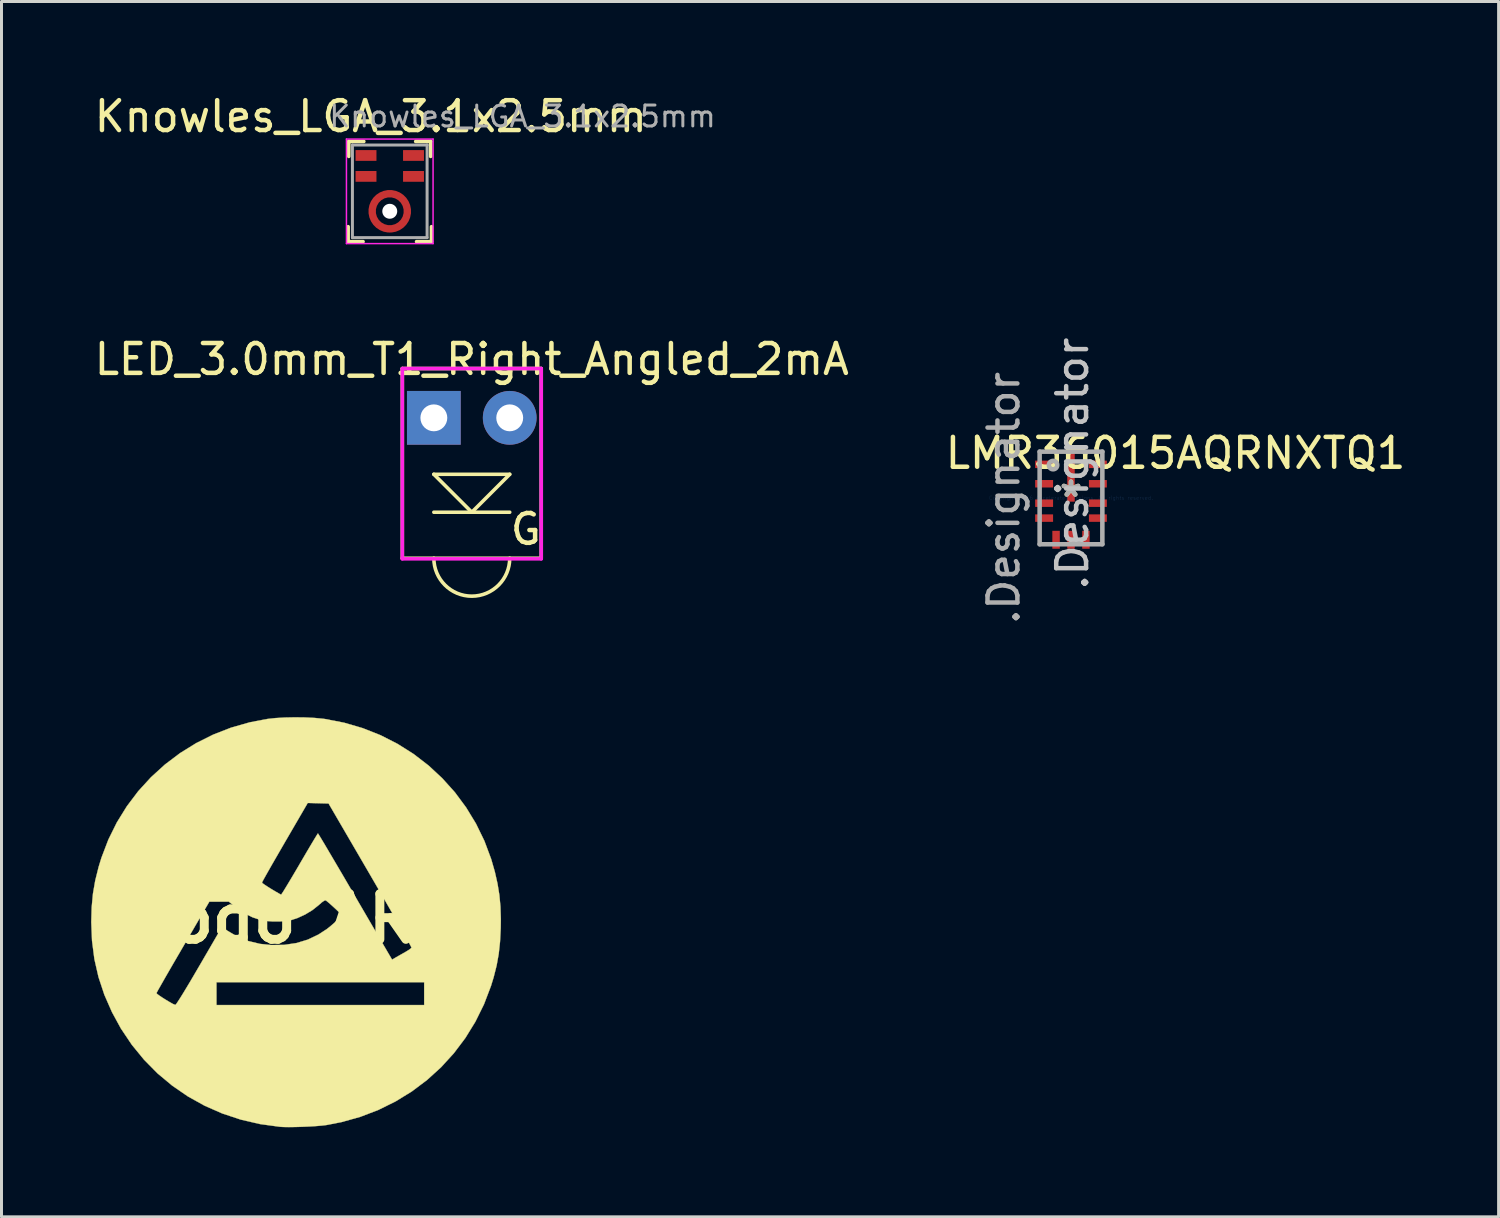
<source format=kicad_pcb>
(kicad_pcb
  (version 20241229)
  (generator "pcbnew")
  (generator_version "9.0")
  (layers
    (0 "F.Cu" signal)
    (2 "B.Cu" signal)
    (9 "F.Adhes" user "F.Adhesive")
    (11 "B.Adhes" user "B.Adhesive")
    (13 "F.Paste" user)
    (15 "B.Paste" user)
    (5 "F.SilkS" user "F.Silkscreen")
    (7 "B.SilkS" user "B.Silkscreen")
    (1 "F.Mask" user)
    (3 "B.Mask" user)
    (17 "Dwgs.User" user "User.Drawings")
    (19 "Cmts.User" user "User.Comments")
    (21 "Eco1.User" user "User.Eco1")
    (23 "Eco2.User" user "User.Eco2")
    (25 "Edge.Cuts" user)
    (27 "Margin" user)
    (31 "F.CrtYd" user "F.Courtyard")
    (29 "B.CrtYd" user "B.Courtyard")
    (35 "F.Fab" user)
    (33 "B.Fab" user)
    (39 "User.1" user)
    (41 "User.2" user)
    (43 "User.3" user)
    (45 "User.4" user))
  (footprint "LMR36015AQRNXTQ1"
    (layer "F.Cu")
    (at 32.804 13.62)
    (property "Reference" "LMR36015AQRNXTQ1" (at 3.5 -1.5 0) (layer "F.SilkS") (effects (font (size 1 1) (thickness 0.15))))
    (attr smd)
    (fp_line (start -0.125 -1.651) (end -0.124 -1.661) (stroke (width 0.152) (type solid)) (layer "F.Paste"))
    (fp_line (start -0.125 -0.939) (end -0.125 -1.651) (stroke (width 0.152) (type solid)) (layer "F.Paste"))
    (fp_line (start -0.125 -0.636) (end -0.124 -0.646) (stroke (width 0.152) (type solid)) (layer "F.Paste"))
    (fp_line (start -0.125 0.076) (end -0.125 -0.636) (stroke (width 0.152) (type solid)) (layer "F.Paste"))
    (fp_line (start -0.124 -1.661) (end -0.121 -1.67) (stroke (width 0.152) (type solid)) (layer "F.Paste"))
    (fp_line (start -0.124 -0.929) (end -0.125 -0.939) (stroke (width 0.152) (type solid)) (layer "F.Paste"))
    (fp_line (start -0.124 -0.646) (end -0.121 -0.655) (stroke (width 0.152) (type solid)) (layer "F.Paste"))
    (fp_line (start -0.124 0.086) (end -0.125 0.076) (stroke (width 0.152) (type solid)) (layer "F.Paste"))
    (fp_line (start -0.121 -1.67) (end -0.117 -1.679) (stroke (width 0.152) (type solid)) (layer "F.Paste"))
    (fp_line (start -0.121 -0.92) (end -0.124 -0.929) (stroke (width 0.152) (type solid)) (layer "F.Paste"))
    (fp_line (start -0.121 -0.655) (end -0.117 -0.664) (stroke (width 0.152) (type solid)) (layer "F.Paste"))
    (fp_line (start -0.121 0.095) (end -0.124 0.086) (stroke (width 0.152) (type solid)) (layer "F.Paste"))
    (fp_line (start -0.117 -1.679) (end -0.11 -1.686) (stroke (width 0.152) (type solid)) (layer "F.Paste"))
    (fp_line (start -0.117 -0.911) (end -0.121 -0.92) (stroke (width 0.152) (type solid)) (layer "F.Paste"))
    (fp_line (start -0.117 -0.664) (end -0.11 -0.671) (stroke (width 0.152) (type solid)) (layer "F.Paste"))
    (fp_line (start -0.117 0.104) (end -0.121 0.095) (stroke (width 0.152) (type solid)) (layer "F.Paste"))
    (fp_line (start -0.11 -1.686) (end -0.103 -1.693) (stroke (width 0.152) (type solid)) (layer "F.Paste"))
    (fp_line (start -0.11 -0.904) (end -0.117 -0.911) (stroke (width 0.152) (type solid)) (layer "F.Paste"))
    (fp_line (start -0.11 -0.671) (end -0.103 -0.678) (stroke (width 0.152) (type solid)) (layer "F.Paste"))
    (fp_line (start -0.11 0.111) (end -0.117 0.104) (stroke (width 0.152) (type solid)) (layer "F.Paste"))
    (fp_line (start -0.103 -1.693) (end -0.094 -1.697) (stroke (width 0.152) (type solid)) (layer "F.Paste"))
    (fp_line (start -0.103 -0.897) (end -0.11 -0.904) (stroke (width 0.152) (type solid)) (layer "F.Paste"))
    (fp_line (start -0.103 -0.678) (end -0.094 -0.682) (stroke (width 0.152) (type solid)) (layer "F.Paste"))
    (fp_line (start -0.103 0.118) (end -0.11 0.111) (stroke (width 0.152) (type solid)) (layer "F.Paste"))
    (fp_line (start -0.094 -1.697) (end -0.085 -1.7) (stroke (width 0.152) (type solid)) (layer "F.Paste"))
    (fp_line (start -0.094 -0.893) (end -0.103 -0.897) (stroke (width 0.152) (type solid)) (layer "F.Paste"))
    (fp_line (start -0.094 -0.682) (end -0.085 -0.685) (stroke (width 0.152) (type solid)) (layer "F.Paste"))
    (fp_line (start -0.094 0.122) (end -0.103 0.118) (stroke (width 0.152) (type solid)) (layer "F.Paste"))
    (fp_line (start -0.085 -1.7) (end -0.075 -1.701) (stroke (width 0.152) (type solid)) (layer "F.Paste"))
    (fp_line (start -0.085 -0.89) (end -0.094 -0.893) (stroke (width 0.152) (type solid)) (layer "F.Paste"))
    (fp_line (start -0.085 -0.685) (end -0.075 -0.686) (stroke (width 0.152) (type solid)) (layer "F.Paste"))
    (fp_line (start -0.085 0.125) (end -0.094 0.122) (stroke (width 0.152) (type solid)) (layer "F.Paste"))
    (fp_line (start -0.075 -1.701) (end 0.075 -1.701) (stroke (width 0.152) (type solid)) (layer "F.Paste"))
    (fp_line (start -0.075 -0.889) (end -0.085 -0.89) (stroke (width 0.152) (type solid)) (layer "F.Paste"))
    (fp_line (start -0.075 -0.686) (end 0.075 -0.686) (stroke (width 0.152) (type solid)) (layer "F.Paste"))
    (fp_line (start -0.075 0.126) (end -0.085 0.125) (stroke (width 0.152) (type solid)) (layer "F.Paste"))
    (fp_line (start 0.075 -1.701) (end 0.085 -1.7) (stroke (width 0.152) (type solid)) (layer "F.Paste"))
    (fp_line (start 0.075 -0.889) (end -0.075 -0.889) (stroke (width 0.152) (type solid)) (layer "F.Paste"))
    (fp_line (start 0.075 -0.686) (end 0.085 -0.685) (stroke (width 0.152) (type solid)) (layer "F.Paste"))
    (fp_line (start 0.075 0.126) (end -0.075 0.126) (stroke (width 0.152) (type solid)) (layer "F.Paste"))
    (fp_line (start 0.085 -1.7) (end 0.094 -1.697) (stroke (width 0.152) (type solid)) (layer "F.Paste"))
    (fp_line (start 0.085 -0.89) (end 0.075 -0.889) (stroke (width 0.152) (type solid)) (layer "F.Paste"))
    (fp_line (start 0.085 -0.685) (end 0.094 -0.682) (stroke (width 0.152) (type solid)) (layer "F.Paste"))
    (fp_line (start 0.085 0.125) (end 0.075 0.126) (stroke (width 0.152) (type solid)) (layer "F.Paste"))
    (fp_line (start 0.094 -1.697) (end 0.103 -1.693) (stroke (width 0.152) (type solid)) (layer "F.Paste"))
    (fp_line (start 0.094 -0.893) (end 0.085 -0.89) (stroke (width 0.152) (type solid)) (layer "F.Paste"))
    (fp_line (start 0.094 -0.682) (end 0.103 -0.678) (stroke (width 0.152) (type solid)) (layer "F.Paste"))
    (fp_line (start 0.094 0.122) (end 0.085 0.125) (stroke (width 0.152) (type solid)) (layer "F.Paste"))
    (fp_line (start 0.103 -1.693) (end 0.11 -1.686) (stroke (width 0.152) (type solid)) (layer "F.Paste"))
    (fp_line (start 0.103 -0.897) (end 0.094 -0.893) (stroke (width 0.152) (type solid)) (layer "F.Paste"))
    (fp_line (start 0.103 -0.678) (end 0.11 -0.671) (stroke (width 0.152) (type solid)) (layer "F.Paste"))
    (fp_line (start 0.103 0.118) (end 0.094 0.122) (stroke (width 0.152) (type solid)) (layer "F.Paste"))
    (fp_line (start 0.11 -1.686) (end 0.117 -1.679) (stroke (width 0.152) (type solid)) (layer "F.Paste"))
    (fp_line (start 0.11 -0.904) (end 0.103 -0.897) (stroke (width 0.152) (type solid)) (layer "F.Paste"))
    (fp_line (start 0.11 -0.671) (end 0.117 -0.664) (stroke (width 0.152) (type solid)) (layer "F.Paste"))
    (fp_line (start 0.11 0.111) (end 0.103 0.118) (stroke (width 0.152) (type solid)) (layer "F.Paste"))
    (fp_line (start 0.117 -1.679) (end 0.121 -1.67) (stroke (width 0.152) (type solid)) (layer "F.Paste"))
    (fp_line (start 0.117 -0.911) (end 0.11 -0.904) (stroke (width 0.152) (type solid)) (layer "F.Paste"))
    (fp_line (start 0.117 -0.664) (end 0.121 -0.655) (stroke (width 0.152) (type solid)) (layer "F.Paste"))
    (fp_line (start 0.117 0.104) (end 0.11 0.111) (stroke (width 0.152) (type solid)) (layer "F.Paste"))
    (fp_line (start 0.121 -1.67) (end 0.124 -1.661) (stroke (width 0.152) (type solid)) (layer "F.Paste"))
    (fp_line (start 0.121 -0.92) (end 0.117 -0.911) (stroke (width 0.152) (type solid)) (layer "F.Paste"))
    (fp_line (start 0.121 -0.655) (end 0.124 -0.646) (stroke (width 0.152) (type solid)) (layer "F.Paste"))
    (fp_line (start 0.121 0.095) (end 0.117 0.104) (stroke (width 0.152) (type solid)) (layer "F.Paste"))
    (fp_line (start 0.124 -1.661) (end 0.125 -1.651) (stroke (width 0.152) (type solid)) (layer "F.Paste"))
    (fp_line (start 0.124 -0.929) (end 0.121 -0.92) (stroke (width 0.152) (type solid)) (layer "F.Paste"))
    (fp_line (start 0.124 -0.646) (end 0.125 -0.636) (stroke (width 0.152) (type solid)) (layer "F.Paste"))
    (fp_line (start 0.124 0.086) (end 0.121 0.095) (stroke (width 0.152) (type solid)) (layer "F.Paste"))
    (fp_line (start 0.125 -1.651) (end 0.125 -0.939) (stroke (width 0.152) (type solid)) (layer "F.Paste"))
    (fp_line (start 0.125 -0.939) (end 0.124 -0.929) (stroke (width 0.152) (type solid)) (layer "F.Paste"))
    (fp_line (start 0.125 -0.636) (end 0.125 0.076) (stroke (width 0.152) (type solid)) (layer "F.Paste"))
    (fp_line (start 0.125 0.076) (end 0.124 0.086) (stroke (width 0.152) (type solid)) (layer "F.Paste"))
    (fp_line (start -1.05 -1.55) (end 1.05 -1.55) (stroke (width 0.152) (type solid)) (layer "F.Fab"))
    (fp_line (start -1.05 1.55) (end -1.05 -1.55) (stroke (width 0.152) (type solid)) (layer "F.Fab"))
    (fp_line (start -1.05 1.55) (end 1.05 1.55) (stroke (width 0.152) (type solid)) (layer "F.Fab"))
    (fp_line (start 1.05 1.55) (end 1.05 -1.55) (stroke (width 0.152) (type solid)) (layer "F.Fab"))
    (fp_circle (center -0.6 -1.1) (end -0.459 -1.1) (stroke (width 0.152) (type solid)) (fill no) (layer "F.Fab"))
    (fp_text user "*" (at 0 0 0) (layer "F.SilkS") (effects (font (size 1 1) (thickness 0.15))))
    (fp_text user ".Designator" (at 0.05 -1.15 270) (layer "Dwgs.User") (effects (font (size 1 1) (thickness 0.15))))
    (fp_text user "Copyright 2016 Accelerated Designs. All rights reserved." (at 0 0 0) (layer "Cmts.User") (effects (font (size 0.127 0.127) (thickness 0.002))))
    (fp_text user ".Designator" (at -2.25 0 270) (layer "F.Fab") (effects (font (size 1 1) (thickness 0.15))))
    (fp_text user "*" (at 0 0 0) (layer "F.Fab") (effects (font (size 1 1) (thickness 0.15))))
    (pad "1" smd rect (at -0.9 -1.125) (size 0.6 0.25) (layers "F.Cu" "F.Mask" "F.Paste"))
    (pad "2" smd rect (at -0.9 -0.475) (size 0.6 0.25) (layers "F.Cu" "F.Mask" "F.Paste"))
    (pad "3" smd rect (at -0.9 0.175) (size 0.6 0.25) (layers "F.Cu" "F.Mask" "F.Paste"))
    (pad "4" smd rect (at -0.9 0.675) (size 0.6 0.25) (layers "F.Cu" "F.Mask" "F.Paste"))
    (pad "5" smd rect (at -0.5 1.4 90) (size 0.6 0.25) (layers "F.Cu" "F.Mask" "F.Paste"))
    (pad "6" smd rect (at 0 1.4 90) (size 0.6 0.25) (layers "F.Cu" "F.Mask" "F.Paste"))
    (pad "7" smd rect (at 0.5 1.4 90) (size 0.6 0.25) (layers "F.Cu" "F.Mask" "F.Paste"))
    (pad "8" smd rect (at 0.9 0.675) (size 0.6 0.25) (layers "F.Cu" "F.Mask" "F.Paste"))
    (pad "9" smd rect (at 0.9 0.175) (size 0.6 0.25) (layers "F.Cu" "F.Mask" "F.Paste"))
    (pad "10" smd rect (at 0.9 -0.475) (size 0.6 0.25) (layers "F.Cu" "F.Mask" "F.Paste"))
    (pad "11" smd rect (at 0.9 -1.125) (size 0.6 0.25) (layers "F.Cu" "F.Mask" "F.Paste"))
    (pad "12" smd rect (at 0 -0.788 90) (size 1.825 0.25) (layers "F.Cu" "F.Mask" "F.Paste")))
  (footprint "Logo ARA"
    (layer "F.Cu")
    (at 6.8 27.707)
    (property "Reference" "Logo ARA" (at 0 0 0) (layer "F.SilkS") (effects (font (size 1.524 1.524) (thickness 0.3))))
    (attr through_hole)
    (fp_poly (pts (xy 0.359 -6.739) (xy 0.682 -6.723) (xy 0.968 -6.695) (xy 1.029 -6.687) (xy 1.673 -6.562) (xy 2.295 -6.38) (xy 2.891 -6.144) (xy 3.458 -5.855) (xy 3.994 -5.517) (xy 4.494 -5.132) (xy 4.956 -4.703) (xy 5.378 -4.234) (xy 5.755 -3.725) (xy 6.086 -3.181) (xy 6.367 -2.604) (xy 6.594 -1.997) (xy 6.716 -1.572) (xy 6.806 -1.173) (xy 6.868 -0.79) (xy 6.904 -0.403) (xy 6.917 0.01) (xy 6.913 0.318) (xy 6.89 0.765) (xy 6.846 1.174) (xy 6.776 1.564) (xy 6.677 1.956) (xy 6.587 2.249) (xy 6.353 2.863) (xy 6.065 3.446) (xy 5.728 3.993) (xy 5.344 4.502) (xy 4.916 4.971) (xy 4.446 5.398) (xy 3.938 5.78) (xy 3.395 6.114) (xy 2.819 6.399) (xy 2.213 6.631) (xy 1.581 6.808) (xy 1.079 6.906) (xy 0.929 6.924) (xy 0.733 6.941) (xy 0.508 6.955) (xy 0.27 6.965) (xy 0.035 6.972) (xy -0.181 6.975) (xy -0.364 6.972) (xy -0.476 6.965) (xy -1.143 6.874) (xy -1.787 6.725) (xy -2.406 6.52) (xy -2.997 6.261) (xy -3.558 5.949) (xy -4.085 5.587) (xy -4.576 5.177) (xy -5.027 4.72) (xy -5.437 4.219) (xy -5.802 3.675) (xy -6.101 3.127) (xy -6.357 2.544) (xy -6.374 2.492) (xy -4.612 2.492) (xy -4.587 2.519) (xy -4.52 2.569) (xy -4.424 2.634) (xy -4.313 2.704) (xy -4.199 2.773) (xy -4.097 2.832) (xy -4.018 2.873) (xy -3.98 2.886) (xy -3.956 2.861) (xy -3.904 2.786) (xy -3.828 2.669) (xy -3.732 2.515) (xy -3.62 2.33) (xy -3.498 2.127) (xy -2.603 2.127) (xy -2.603 2.889) (xy 4.35 2.889) (xy 4.35 2.127) (xy -2.603 2.127) (xy -3.498 2.127) (xy -3.495 2.122) (xy -3.372 1.913) (xy -3.23 1.67) (xy -3.09 1.431) (xy -2.958 1.203) (xy -2.838 0.997) (xy -2.736 0.821) (xy -2.657 0.685) (xy -2.619 0.619) (xy -2.546 0.493) (xy -2.486 0.388) (xy -2.444 0.317) (xy -2.427 0.291) (xy -2.398 0.301) (xy -2.333 0.339) (xy -2.271 0.381) (xy -1.912 0.593) (xy -1.54 0.746) (xy -1.146 0.841) (xy -0.77 0.88) (xy -0.332 0.874) (xy 0.074 0.814) (xy 0.454 0.699) (xy 0.812 0.528) (xy 1.095 0.343) (xy 1.2 0.26) (xy 1.31 0.166) (xy 1.415 0.07) (xy 1.504 -0.017) (xy 1.565 -0.085) (xy 1.587 -0.123) (xy 1.566 -0.152) (xy 1.507 -0.211) (xy 1.424 -0.291) (xy 1.328 -0.381) (xy 1.231 -0.469) (xy 1.144 -0.545) (xy 1.078 -0.599) (xy 1.055 -0.616) (xy 1.008 -0.607) (xy 0.925 -0.55) (xy 0.81 -0.449) (xy 0.605 -0.287) (xy 0.362 -0.14) (xy 0.102 -0.021) (xy -0.11 0.047) (xy -0.284 0.077) (xy -0.496 0.091) (xy -0.722 0.091) (xy -0.938 0.075) (xy -1.111 0.046) (xy -1.396 -0.048) (xy -1.682 -0.19) (xy -1.945 -0.37) (xy -1.976 -0.395) (xy -2.189 -0.572) (xy -2.515 -0.571) (xy -2.842 -0.571) (xy -3.726 0.945) (xy -3.891 1.229) (xy -4.047 1.496) (xy -4.189 1.742) (xy -4.316 1.962) (xy -4.423 2.151) (xy -4.51 2.303) (xy -4.572 2.414) (xy -4.606 2.478) (xy -4.612 2.492) (xy -6.374 2.492) (xy -6.552 1.955) (xy -6.69 1.353) (xy -6.77 0.732) (xy -6.795 0.111) (xy -6.781 -0.383) (xy -6.738 -0.841) (xy -6.674 -1.211) (xy -1.079 -1.211) (xy -1.054 -1.184) (xy -0.983 -1.134) (xy -0.878 -1.065) (xy -0.75 -0.985) (xy -0.61 -0.902) (xy -0.467 -0.82) (xy -0.441 -0.806) (xy -0.421 -0.83) (xy -0.373 -0.903) (xy -0.301 -1.02) (xy -0.208 -1.173) (xy -0.097 -1.358) (xy 0.027 -1.568) (xy 0.162 -1.797) (xy 0.178 -1.826) (xy 0.314 -2.058) (xy 0.439 -2.272) (xy 0.551 -2.461) (xy 0.646 -2.62) (xy 0.721 -2.743) (xy 0.771 -2.824) (xy 0.793 -2.857) (xy 0.794 -2.857) (xy 0.812 -2.83) (xy 0.86 -2.753) (xy 0.934 -2.63) (xy 1.032 -2.466) (xy 1.151 -2.264) (xy 1.289 -2.03) (xy 1.443 -1.768) (xy 1.611 -1.483) (xy 1.789 -1.178) (xy 1.888 -1.008) (xy 2.076 -0.686) (xy 2.258 -0.374) (xy 2.431 -0.077) (xy 2.592 0.199) (xy 2.738 0.449) (xy 2.866 0.668) (xy 2.972 0.85) (xy 3.054 0.99) (xy 3.108 1.083) (xy 3.121 1.105) (xy 3.276 1.368) (xy 3.408 1.291) (xy 3.51 1.233) (xy 3.635 1.162) (xy 3.725 1.111) (xy 3.822 1.052) (xy 3.894 1.001) (xy 3.925 0.969) (xy 3.912 0.937) (xy 3.868 0.853) (xy 3.798 0.723) (xy 3.701 0.551) (xy 3.582 0.339) (xy 3.442 0.093) (xy 3.284 -0.184) (xy 3.11 -0.488) (xy 2.921 -0.815) (xy 2.721 -1.16) (xy 2.545 -1.463) (xy 1.15 -3.858) (xy 0.801 -3.867) (xy 0.452 -3.876) (xy -0.314 -2.559) (xy -0.467 -2.295) (xy -0.61 -2.047) (xy -0.74 -1.822) (xy -0.853 -1.623) (xy -0.947 -1.457) (xy -1.018 -1.33) (xy -1.063 -1.246) (xy -1.079 -1.211) (xy -1.079 -1.211) (xy -6.674 -1.211) (xy -6.661 -1.284) (xy -6.548 -1.736) (xy -6.454 -2.042) (xy -6.223 -2.648) (xy -5.939 -3.223) (xy -5.603 -3.766) (xy -5.221 -4.272) (xy -4.794 -4.739) (xy -4.327 -5.164) (xy -3.821 -5.546) (xy -3.282 -5.88) (xy -2.711 -6.165) (xy -2.112 -6.398) (xy -1.488 -6.576) (xy -0.902 -6.688) (xy -0.63 -6.718) (xy -0.317 -6.736) (xy 0.02 -6.743) (xy 0.359 -6.739)) (stroke (width 0.01) (type solid)) (fill yes) (layer "F.SilkS")))
  (footprint "Knowles_LGA_3.1x2.5mm"
    (layer "F.Cu")
    (at 9.998 4.023)
    (property "Reference" "Knowles_LGA_3.1x2.5mm" (at -0.635 -3.175 0) (layer "F.SilkS") (effects (font (size 1 1) (thickness 0.15))))
    (attr smd)
    (fp_line (start -1.393 0.516) (end -1.393 1.016) (stroke (width 0.12) (type solid)) (layer "F.SilkS"))
    (fp_line (start -1.372 -2.337) (end -1.372 -1.837) (stroke (width 0.12) (type solid)) (layer "F.SilkS"))
    (fp_line (start -0.893 1.016) (end -1.393 1.016) (stroke (width 0.12) (type solid)) (layer "F.SilkS"))
    (fp_line (start -0.868 -2.337) (end -1.368 -2.337) (stroke (width 0.12) (type solid)) (layer "F.SilkS"))
    (fp_line (start 1.368 -2.337) (end 0.868 -2.337) (stroke (width 0.12) (type solid)) (layer "F.SilkS"))
    (fp_line (start 1.368 -2.337) (end 1.368 -1.837) (stroke (width 0.12) (type solid)) (layer "F.SilkS"))
    (fp_line (start 1.397 0.516) (end 1.397 1.016) (stroke (width 0.12) (type solid)) (layer "F.SilkS"))
    (fp_line (start 1.397 1.016) (end 0.897 1.016) (stroke (width 0.12) (type solid)) (layer "F.SilkS"))
    (fp_line (start -1.45 -2.418) (end -1.45 1.082) (stroke (width 0.05) (type solid)) (layer "F.CrtYd"))
    (fp_line (start -1.45 -2.418) (end 1.45 -2.418) (stroke (width 0.05) (type solid)) (layer "F.CrtYd"))
    (fp_line (start 1.45 -2.418) (end 1.45 1.082) (stroke (width 0.05) (type solid)) (layer "F.CrtYd"))
    (fp_line (start 1.45 1.082) (end -1.45 1.082) (stroke (width 0.05) (type solid)) (layer "F.CrtYd"))
    (fp_line (start -1.25 -2.218) (end -1.25 0.882) (stroke (width 0.1) (type solid)) (layer "F.Fab"))
    (fp_line (start 1.25 -2.218) (end -1.25 -2.218) (stroke (width 0.1) (type solid)) (layer "F.Fab"))
    (fp_line (start 1.25 0.882) (end -1.25 0.882) (stroke (width 0.1) (type solid)) (layer "F.Fab"))
    (fp_line (start 1.25 0.882) (end 1.25 -2.218) (stroke (width 0.1) (type solid)) (layer "F.Fab"))
    (fp_text user "${REFERENCE}" (at 4.445 -3.175 0) (layer "F.Fab") (effects (font (size 0.7 0.7) (thickness 0.1))))
    (pad "" np_thru_hole circle (at 0 0) (size 0.5 0.5) (drill 0.6) (layers "*.Cu" "*.Mask"))
    (pad "1" smd rect (at -0.795 -1.868) (size 0.7 0.36) (layers "F.Cu" "F.Mask" "F.Paste"))
    (pad "2" smd rect (at -0.795 -1.168) (size 0.7 0.36) (layers "F.Cu" "F.Mask" "F.Paste"))
    (pad "3" smd custom (at 0 0.588) (size 0.25 0.25) (layers "F.Cu" "F.Mask") (options (anchor circle)) (primitives (gr_circle (center 0 -0.588) (end 0.588 -0.588) (width 0.25) (fill no))))
    (pad "4" smd rect (at 0.795 -1.168) (size 0.7 0.36) (layers "F.Cu" "F.Mask" "F.Paste"))
    (pad "5" smd rect (at 0.795 -1.868) (size 0.7 0.36) (layers "F.Cu" "F.Mask" "F.Paste")))
  (footprint "LED_3.0mm_T1_Right_Angled_2mA"
    (layer "F.Cu")
    (at 11.474 10.938)
    (property "Reference" "LED_3.0mm_T1_Right_Angled_2mA" (at 1.27 -1.96 0) (layer "F.SilkS") (effects (font (size 1 1) (thickness 0.15))))
    (attr through_hole)
    (fp_line (start -1.055 -1.65) (end -1.055 4.7) (stroke (width 0.12) (type solid)) (layer "F.SilkS"))
    (fp_line (start -1.055 -1.65) (end 3.595 -1.65) (stroke (width 0.12) (type solid)) (layer "F.SilkS"))
    (fp_line (start -1.055 4.7) (end 3.595 4.7) (stroke (width 0.12) (type solid)) (layer "F.SilkS"))
    (fp_line (start 0 1.89) (end 2.54 1.89) (stroke (width 0.12) (type solid)) (layer "F.SilkS"))
    (fp_line (start 0 3.16) (end 2.54 3.16) (stroke (width 0.12) (type solid)) (layer "F.SilkS"))
    (fp_line (start 1.27 3.16) (end 0 1.89) (stroke (width 0.12) (type solid)) (layer "F.SilkS"))
    (fp_line (start 2.54 1.89) (end 1.27 3.16) (stroke (width 0.12) (type solid)) (layer "F.SilkS"))
    (fp_line (start 3.595 -1.65) (end 3.595 4.7) (stroke (width 0.12) (type solid)) (layer "F.SilkS"))
    (fp_arc (start 2.54 4.7) (mid 1.27 5.97) (end 0 4.7) (stroke (width 0.12) (type solid)) (layer "F.SilkS"))
    (fp_line (start -1.055 -1.65) (end -1.055 4.72) (stroke (width 0.12) (type solid)) (layer "F.CrtYd"))
    (fp_line (start -1.055 -1.65) (end 3.595 -1.65) (stroke (width 0.12) (type solid)) (layer "F.CrtYd"))
    (fp_line (start -1.055 4.72) (end 3.595 4.72) (stroke (width 0.12) (type solid)) (layer "F.CrtYd"))
    (fp_line (start 3.595 -1.65) (end 3.595 4.72) (stroke (width 0.12) (type solid)) (layer "F.CrtYd"))
    (fp_text user "G" (at 3.08 3.73 0) (layer "F.SilkS") (effects (font (size 1 1) (thickness 0.15))))
    (pad "1" thru_hole rect (at 0 0) (size 1.8 1.8) (drill 0.9) (layers "*.Cu" "*.Mask"))
    (pad "2" thru_hole circle (at 2.54 0) (size 1.8 1.8) (drill 0.9) (layers "*.Cu" "*.Mask")))
  (gr_rect
    (start -3 -3)
    (end 47.119 37.686)
    (stroke (width 0.1) (type default))
    (fill no)
    (layer "Edge.Cuts")))
</source>
